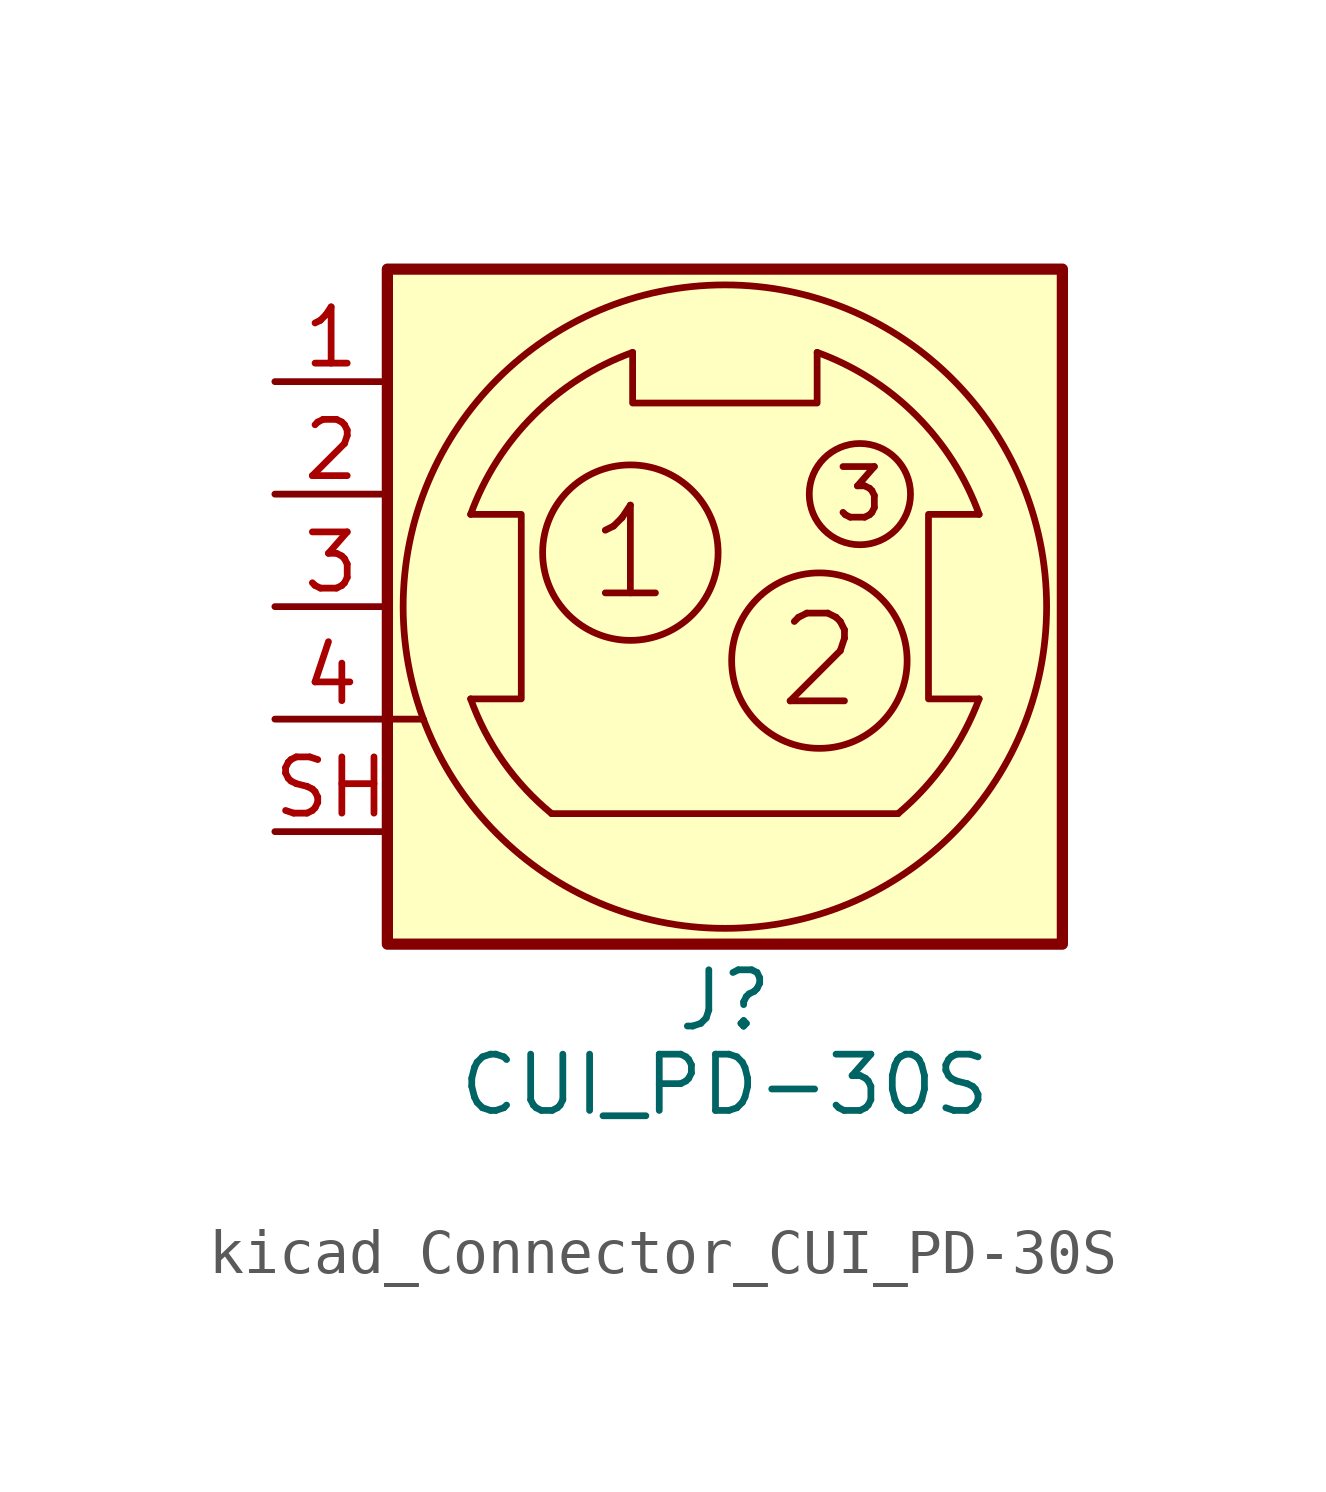
<source format=kicad_sym>
(kicad_symbol_lib
  (version 20220914)
  (generator kicad_symbol_editor)
  (symbol "kicad_Connector_CUI_PD-30S"
    (pin_names
      (offset 1.016) hide)
    (property "Reference" "J"
      (at 0 -8.89 0)
      (effects (font (size 1.27 1.27))))
    (property "Value" "CUI_PD-30S"
      (at 0 -10.795 0)
      (effects (font (size 1.27 1.27))))
    (symbol "kicad_Connector_CUI_PD-30S_0_1"
      (rectangle (start -7.62 -7.62) (end 7.62 7.62) (stroke (width 0.254) (type default)) (fill (type background)))
      (arc (start -5.7404 -2.0828) (mid -5.0018 -3.5032) (end -3.9116 -4.6736) (stroke (width 0) (type default)) (fill (type none)))
      (circle (center -2.134 1.219) (radius 1.981) (stroke (width 0) (type default)) (fill (type none)))
      (arc (start -2.0828 5.7404) (mid -4.318 4.318) (end -5.7404 2.0828) (stroke (width 0) (type default)) (fill (type none)))
      (polyline (pts (xy -7.62 -2.54) (xy -6.807 -2.54)) (stroke (width 0) (type default)) (fill (type none)))
      (polyline (pts (xy -3.912 -4.674) (xy 3.912 -4.674)) (stroke (width 0) (type default)) (fill (type none)))
      (polyline (pts (xy -5.74 2.083) (xy -4.597 2.083) (xy -4.597 -2.083) (xy -5.74 -2.083)) (stroke (width 0) (type default)) (fill (type none)))
      (polyline (pts (xy 2.083 5.74) (xy 2.083 4.597) (xy -2.083 4.597) (xy -2.083 5.74)) (stroke (width 0) (type default)) (fill (type none)))
      (polyline (pts (xy 5.74 -2.083) (xy 4.597 -2.083) (xy 4.597 2.083) (xy 5.74 2.083)) (stroke (width 0) (type default)) (fill (type none)))
      (circle (center 0 0) (radius 7.264) (stroke (width 0) (type default)) (fill (type none)))
      (circle (center 2.134 -1.219) (radius 1.981) (stroke (width 0) (type default)) (fill (type none)))
      (circle (center 3.048 2.54) (radius 1.143) (stroke (width 0) (type default)) (fill (type none)))
      (arc (start 3.9116 -4.6736) (mid 4.9919 -3.4963) (end 5.7404 -2.0828) (stroke (width 0) (type default)) (fill (type none)))
      (arc (start 5.7404 2.0828) (mid 4.318 4.318) (end 2.0828 5.7404) (stroke (width 0) (type default)) (fill (type none)))
      (text "1" (at -2.134 1.219 0) (effects (font (size 1.981 1.981))))
      (text "2" (at 2.134 -1.219 0) (effects (font (size 1.981 1.981))))
      (text "3" (at 3.048 2.54 0) (effects (font (size 1.143 1.143)))))
    (symbol "kicad_Connector_CUI_PD-30S_1_1"
      (pin passive line (at -10.16 5.08 0) (length 2.54) (name "1" (effects (font (size 1.27 1.27)))) (number "1" (effects (font (size 1.27 1.27)))))
      (pin passive line (at -10.16 2.54 0) (length 2.54) (name "2" (effects (font (size 1.27 1.27)))) (number "2" (effects (font (size 1.27 1.27)))))
      (pin passive line (at -10.16 0 0) (length 2.54) (name "3" (effects (font (size 1.27 1.27)))) (number "3" (effects (font (size 1.27 1.27)))))
      (pin passive line (at -10.16 -2.54 0) (length 2.54) (name "Shield" (effects (font (size 1.27 1.27)))) (number "4" (effects (font (size 1.27 1.27)))))
      (pin passive line (at -10.16 -5.08 0) (length 2.54) (name "Shield" (effects (font (size 1.27 1.27)))) (number "SH" (effects (font (size 1.27 1.27))))))))
</source>
